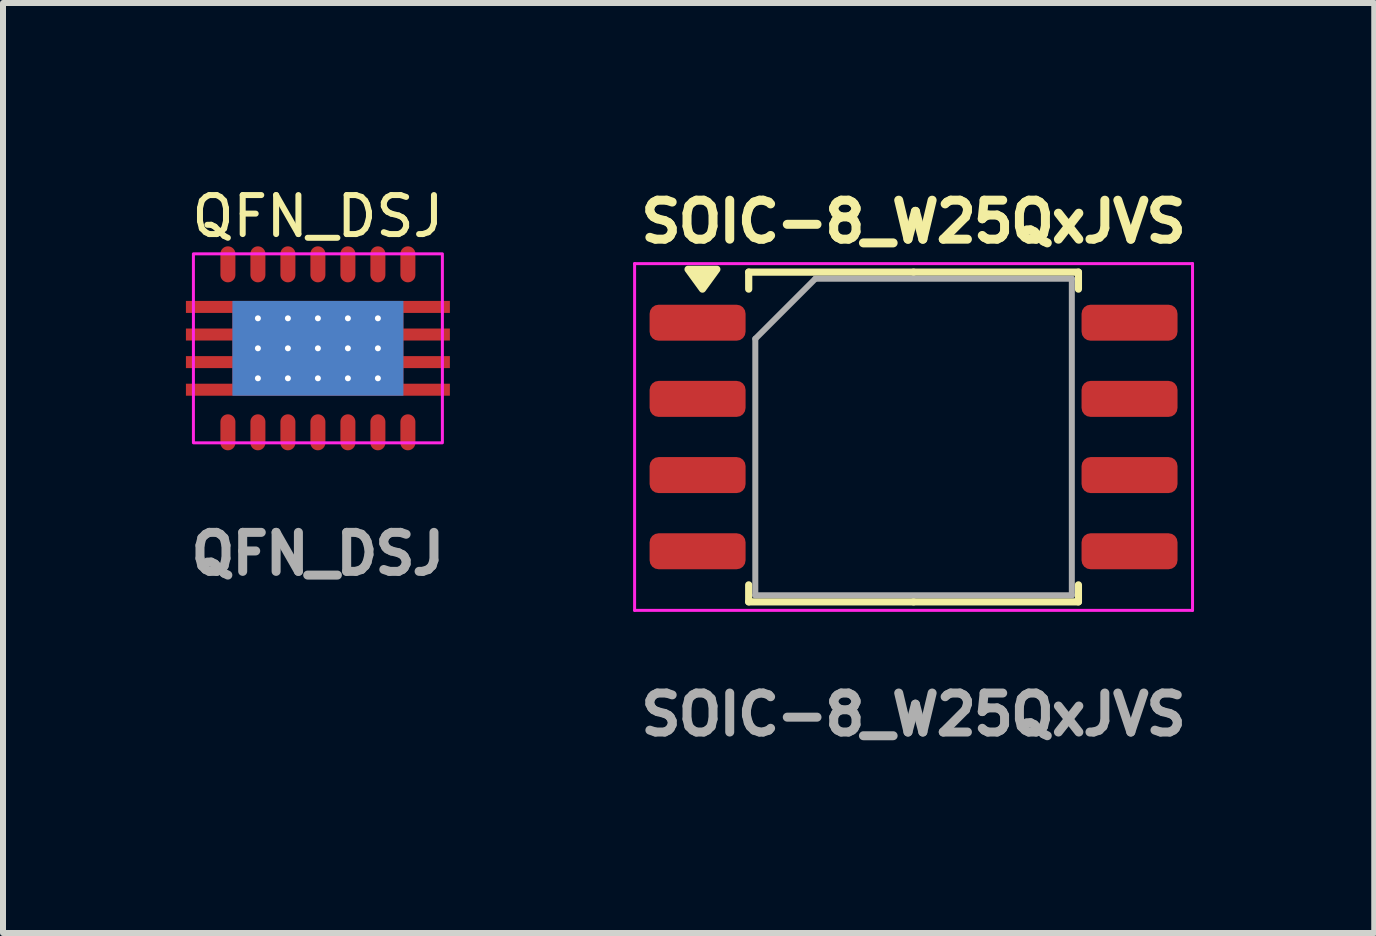
<source format=kicad_pcb>
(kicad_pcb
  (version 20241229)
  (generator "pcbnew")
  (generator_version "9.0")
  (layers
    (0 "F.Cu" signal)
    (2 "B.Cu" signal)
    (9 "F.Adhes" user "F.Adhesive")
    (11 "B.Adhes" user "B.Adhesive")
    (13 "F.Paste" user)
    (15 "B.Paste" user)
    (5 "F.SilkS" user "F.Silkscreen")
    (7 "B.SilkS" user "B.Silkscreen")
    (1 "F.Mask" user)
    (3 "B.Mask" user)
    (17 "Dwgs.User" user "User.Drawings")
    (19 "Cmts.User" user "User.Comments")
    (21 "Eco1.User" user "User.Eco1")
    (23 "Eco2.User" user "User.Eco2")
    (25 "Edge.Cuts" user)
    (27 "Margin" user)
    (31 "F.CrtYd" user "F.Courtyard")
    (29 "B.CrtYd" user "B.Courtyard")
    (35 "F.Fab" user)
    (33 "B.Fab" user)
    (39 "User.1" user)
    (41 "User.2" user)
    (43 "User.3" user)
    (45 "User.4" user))
  (footprint "SOIC-8_W25QxJVS"
    (layer "F.Cu")
    (at 12.178 4.234)
    (property "Reference" "SOIC-8_W25QxJVS" (at 0 -3.59 0) (layer "F.SilkS") (effects (font (size 0.65 0.65) (thickness 0.15))))
    (attr smd)
    (fp_line (start -2.748 -2.748) (end -2.748 -2.465) (stroke (width 0.12) (type solid)) (layer "F.SilkS"))
    (fp_line (start -2.748 2.748) (end -2.748 2.465) (stroke (width 0.12) (type solid)) (layer "F.SilkS"))
    (fp_line (start 0 -2.748) (end -2.748 -2.748) (stroke (width 0.12) (type solid)) (layer "F.SilkS"))
    (fp_line (start 0 -2.748) (end 2.748 -2.748) (stroke (width 0.12) (type solid)) (layer "F.SilkS"))
    (fp_line (start 0 2.748) (end -2.748 2.748) (stroke (width 0.12) (type solid)) (layer "F.SilkS"))
    (fp_line (start 0 2.748) (end 2.748 2.748) (stroke (width 0.12) (type solid)) (layer "F.SilkS"))
    (fp_line (start 2.748 -2.748) (end 2.748 -2.465) (stroke (width 0.12) (type solid)) (layer "F.SilkS"))
    (fp_line (start 2.748 2.748) (end 2.748 2.465) (stroke (width 0.12) (type solid)) (layer "F.SilkS"))
    (fp_poly (pts (xy -3.519 -2.465) (xy -3.759 -2.795) (xy -3.279 -2.795) (xy -3.519 -2.465)) (stroke (width 0.12) (type solid)) (fill yes) (layer "F.SilkS"))
    (fp_line (start -4.65 -2.89) (end -4.65 2.89) (stroke (width 0.05) (type solid)) (layer "F.CrtYd"))
    (fp_line (start -4.65 2.89) (end 4.65 2.89) (stroke (width 0.05) (type solid)) (layer "F.CrtYd"))
    (fp_line (start 4.65 -2.89) (end -4.65 -2.89) (stroke (width 0.05) (type solid)) (layer "F.CrtYd"))
    (fp_line (start 4.65 2.89) (end 4.65 -2.89) (stroke (width 0.05) (type solid)) (layer "F.CrtYd"))
    (fp_line (start -2.638 -1.637) (end -1.637 -2.638) (stroke (width 0.1) (type solid)) (layer "F.Fab"))
    (fp_line (start -2.638 2.638) (end -2.638 -1.637) (stroke (width 0.1) (type solid)) (layer "F.Fab"))
    (fp_line (start -1.637 -2.638) (end 2.638 -2.638) (stroke (width 0.1) (type solid)) (layer "F.Fab"))
    (fp_line (start 2.638 -2.638) (end 2.638 2.638) (stroke (width 0.1) (type solid)) (layer "F.Fab"))
    (fp_line (start 2.638 2.638) (end -2.638 2.638) (stroke (width 0.1) (type solid)) (layer "F.Fab"))
    (fp_text user "${REFERENCE}" (at 0 4.625 0) (layer "F.Fab") (effects (font (size 0.65 0.65) (thickness 0.15))))
    (pad "1" smd roundrect (at -3.6 -1.905) (size 1.6 0.6) (layers "F.Cu" "F.Mask" "F.Paste") (roundrect_rratio 0.25))
    (pad "2" smd roundrect (at -3.6 -0.635) (size 1.6 0.6) (layers "F.Cu" "F.Mask" "F.Paste") (roundrect_rratio 0.25))
    (pad "3" smd roundrect (at -3.6 0.635) (size 1.6 0.6) (layers "F.Cu" "F.Mask" "F.Paste") (roundrect_rratio 0.25))
    (pad "4" smd roundrect (at -3.6 1.905) (size 1.6 0.6) (layers "F.Cu" "F.Mask" "F.Paste") (roundrect_rratio 0.25))
    (pad "5" smd roundrect (at 3.6 1.905) (size 1.6 0.6) (layers "F.Cu" "F.Mask" "F.Paste") (roundrect_rratio 0.25))
    (pad "6" smd roundrect (at 3.6 0.635) (size 1.6 0.6) (layers "F.Cu" "F.Mask" "F.Paste") (roundrect_rratio 0.25))
    (pad "7" smd roundrect (at 3.6 -0.635) (size 1.6 0.6) (layers "F.Cu" "F.Mask" "F.Paste") (roundrect_rratio 0.25))
    (pad "8" smd roundrect (at 3.6 -1.905) (size 1.6 0.6) (layers "F.Cu" "F.Mask" "F.Paste") (roundrect_rratio 0.25)))
  (footprint "QFN_DSJ"
    (layer "F.Cu")
    (at 2.249 2.756)
    (property "Reference" "QFN_DSJ" (at 0 -2.2 0) (unlocked yes) (layer "F.SilkS") (effects (font (size 0.65 0.65) (thickness 0.1))))
    (attr smd)
    (fp_poly (pts (xy -1.425 -0.79) (xy -1.425 0.79) (xy 1.425 0.79) (xy 1.425 -0.79)) (stroke (width 0) (type solid)) (fill yes) (layer "B.Cu"))
    (fp_rect (start -2.075 -1.575) (end 2.075 1.575) (stroke (width 0.05) (type default)) (fill no) (layer "F.CrtYd"))
    (fp_text user "${REFERENCE}" (at 0 3.425 0) (unlocked yes) (layer "F.Fab") (effects (font (size 0.65 0.65) (thickness 0.15))))
    (pad "1" smd oval (at -1.5 -1.4) (size 0.25 0.6) (layers "F.Cu" "F.Mask" "F.Paste"))
    (pad "2" smd oval (at -1 -1.4) (size 0.25 0.6) (layers "F.Cu" "F.Mask" "F.Paste"))
    (pad "3" smd oval (at -0.5 -1.4) (size 0.25 0.6) (layers "F.Cu" "F.Mask" "F.Paste"))
    (pad "4" smd oval (at 0 -1.4) (size 0.25 0.6) (layers "F.Cu" "F.Mask" "F.Paste"))
    (pad "5" smd oval (at 0.5 -1.4) (size 0.25 0.6) (layers "F.Cu" "F.Mask" "F.Paste"))
    (pad "6" smd oval (at 1 -1.4) (size 0.25 0.6) (layers "F.Cu" "F.Mask" "F.Paste"))
    (pad "7" smd oval (at 1.5 -1.4) (size 0.25 0.6) (layers "F.Cu" "F.Mask" "F.Paste"))
    (pad "8" smd oval (at 1.5 1.4) (size 0.25 0.6) (layers "F.Cu" "F.Mask" "F.Paste"))
    (pad "9" smd oval (at 1 1.4) (size 0.25 0.6) (layers "F.Cu" "F.Mask" "F.Paste"))
    (pad "10" smd oval (at 0.5 1.4) (size 0.25 0.6) (layers "F.Cu" "F.Mask" "F.Paste"))
    (pad "11" smd oval (at 0 1.4) (size 0.25 0.6) (layers "F.Cu" "F.Mask" "F.Paste"))
    (pad "12" smd oval (at -0.5 1.4) (size 0.25 0.6) (layers "F.Cu" "F.Mask" "F.Paste"))
    (pad "13" smd oval (at -1 1.4) (size 0.25 0.6) (layers "F.Cu" "F.Mask" "F.Paste"))
    (pad "14" smd oval (at -1.5 1.4) (size 0.25 0.6) (layers "F.Cu" "F.Mask" "F.Paste"))
    (pad "15" thru_hole circle (at -1 -0.5) (size 0.2 0.2) (drill 0.1) (layers "*.Cu" "*.Mask"))
    (pad "15" thru_hole circle (at -1 0) (size 0.2 0.2) (drill 0.1) (layers "*.Cu" "*.Mask"))
    (pad "15" thru_hole circle (at -1 0.5) (size 0.2 0.2) (drill 0.1) (layers "*.Cu" "*.Mask"))
    (pad "15" thru_hole circle (at -0.5 -0.5) (size 0.2 0.2) (drill 0.1) (layers "*.Cu" "*.Mask"))
    (pad "15" thru_hole circle (at -0.5 0) (size 0.2 0.2) (drill 0.1) (layers "*.Cu" "*.Mask"))
    (pad "15" thru_hole circle (at -0.5 0.5) (size 0.2 0.2) (drill 0.1) (layers "*.Cu" "*.Mask"))
    (pad "15" thru_hole circle (at 0 -0.5) (size 0.2 0.2) (drill 0.1) (layers "*.Cu" "*.Mask"))
    (pad "15" thru_hole circle (at 0 0) (size 0.2 0.2) (drill 0.1) (layers "*.Cu" "*.Mask"))
    (pad "15" smd custom (at 0 0) (size 2.85 1.58) (layers "F.Cu" "F.Mask" "F.Paste") (options (anchor rect)) (primitives (gr_poly (pts (xy 2.2 -0.79) (xy 2.2 -0.59) (xy 1.35 -0.59) (xy 1.35 -0.33) (xy 2.2 -0.33) (xy 2.2 -0.13) (xy 1.35 -0.13) (xy 1.35 0.13) (xy 2.2 0.13) (xy 2.2 0.33) (xy 1.35 0.33) (xy 1.35 0.59) (xy 2.2 0.59) (xy 2.2 0.79) (xy -2.2 0.79) (xy -2.2 0.59) (xy -1.35 0.59) (xy -1.35 0.33) (xy -2.2 0.33) (xy -2.2 0.13) (xy -1.35 0.13) (xy -1.35 -0.13) (xy -2.2 -0.13) (xy -2.2 -0.33) (xy -1.35 -0.33) (xy -1.35 -0.59) (xy -2.2 -0.59) (xy -2.2 -0.79)) (width 0) (fill yes))))
    (pad "15" thru_hole circle (at 0 0.5) (size 0.2 0.2) (drill 0.1) (layers "*.Cu" "*.Mask"))
    (pad "15" thru_hole circle (at 0.5 -0.5) (size 0.2 0.2) (drill 0.1) (layers "*.Cu" "*.Mask"))
    (pad "15" thru_hole circle (at 0.5 0) (size 0.2 0.2) (drill 0.1) (layers "*.Cu" "*.Mask"))
    (pad "15" thru_hole circle (at 0.5 0.5) (size 0.2 0.2) (drill 0.1) (layers "*.Cu" "*.Mask"))
    (pad "15" thru_hole circle (at 1 -0.5) (size 0.2 0.2) (drill 0.1) (layers "*.Cu" "*.Mask"))
    (pad "15" thru_hole circle (at 1 0) (size 0.2 0.2) (drill 0.1) (layers "*.Cu" "*.Mask"))
    (pad "15" thru_hole circle (at 1 0.5) (size 0.2 0.2) (drill 0.1) (layers "*.Cu" "*.Mask")))
  (gr_rect
    (start -3 -3)
    (end 19.857 12.502)
    (stroke (width 0.1) (type default))
    (fill no)
    (layer "Edge.Cuts")))
</source>
